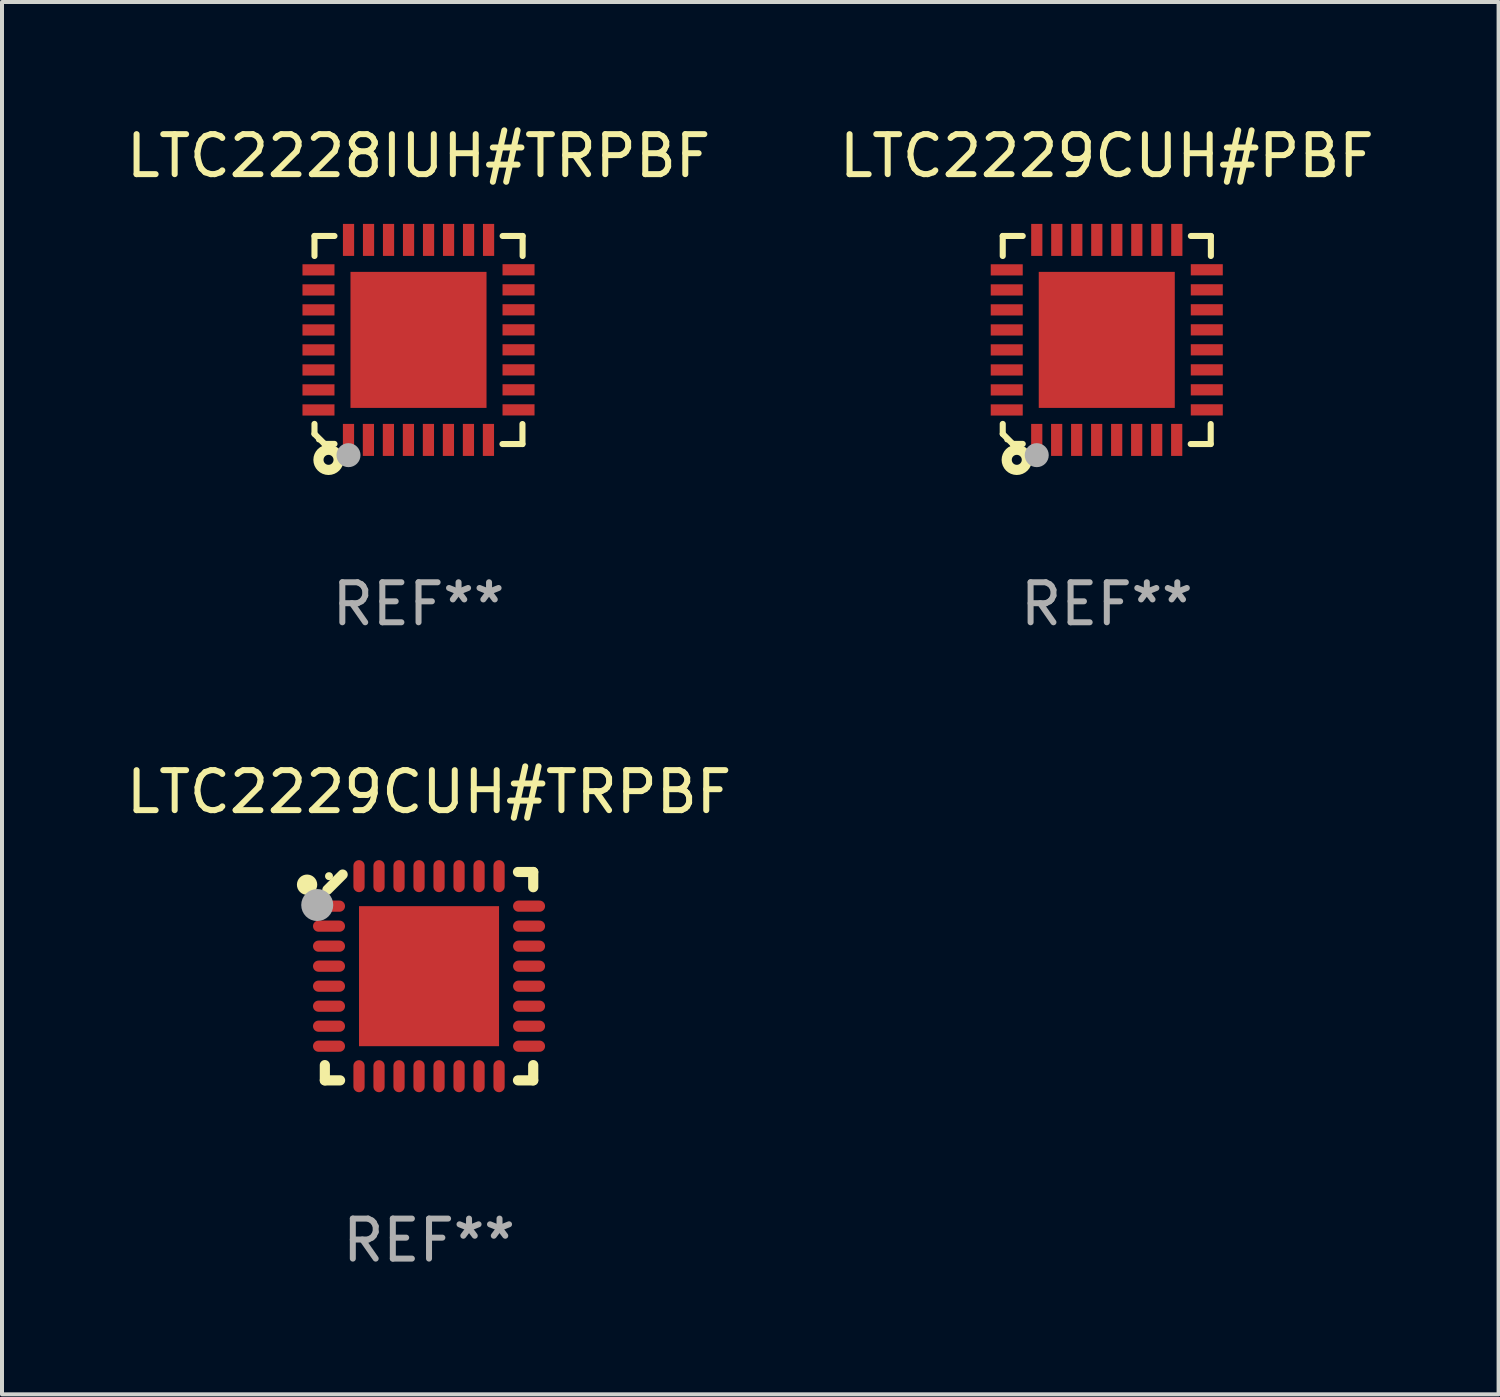
<source format=kicad_pcb>
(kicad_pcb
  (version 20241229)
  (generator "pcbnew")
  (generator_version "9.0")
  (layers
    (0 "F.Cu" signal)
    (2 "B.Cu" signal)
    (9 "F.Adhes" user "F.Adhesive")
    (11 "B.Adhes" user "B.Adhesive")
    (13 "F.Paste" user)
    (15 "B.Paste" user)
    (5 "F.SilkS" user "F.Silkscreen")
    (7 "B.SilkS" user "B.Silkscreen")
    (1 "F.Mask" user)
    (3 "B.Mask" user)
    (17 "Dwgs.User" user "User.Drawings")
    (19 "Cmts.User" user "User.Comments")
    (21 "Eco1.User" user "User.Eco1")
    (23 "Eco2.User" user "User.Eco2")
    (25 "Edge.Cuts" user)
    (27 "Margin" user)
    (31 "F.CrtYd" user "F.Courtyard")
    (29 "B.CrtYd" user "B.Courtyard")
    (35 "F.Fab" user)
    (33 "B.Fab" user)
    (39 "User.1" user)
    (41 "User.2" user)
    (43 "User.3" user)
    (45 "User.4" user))
  (footprint "LTC2229CUH#TRPBF"
    (layer "F.Cu")
    (at 7.673 21.348)
    (property "Reference" "LTC2229CUH#TRPBF" (at 0 -4.604 0) (layer "F.SilkS") (effects (font (size 1 1) (thickness 0.15))))
    (attr through_hole)
    (fp_line (start -2.604 2.223) (end -2.604 2.604) (stroke (width 0.254) (type solid)) (layer "F.SilkS"))
    (fp_line (start -2.604 2.604) (end -2.223 2.604) (stroke (width 0.254) (type solid)) (layer "F.SilkS"))
    (fp_line (start -2.159 -2.54) (end -2.54 -2.159) (stroke (width 0.254) (type solid)) (layer "F.SilkS"))
    (fp_line (start 2.223 2.604) (end 2.604 2.604) (stroke (width 0.254) (type solid)) (layer "F.SilkS"))
    (fp_line (start 2.604 -2.604) (end 2.223 -2.604) (stroke (width 0.254) (type solid)) (layer "F.SilkS"))
    (fp_line (start 2.604 -2.223) (end 2.604 -2.604) (stroke (width 0.254) (type solid)) (layer "F.SilkS"))
    (fp_line (start 2.604 2.604) (end 2.604 2.223) (stroke (width 0.254) (type solid)) (layer "F.SilkS"))
    (fp_circle (center -3.048 -2.286) (end -2.921 -2.286) (stroke (width 0.254) (type solid)) (fill no) (layer "F.SilkS"))
    (fp_circle (center -2.5 -2.5) (end -2.45 -2.5) (stroke (width 0.1) (type solid)) (fill no) (layer "F.SilkS"))
    (fp_circle (center -2.794 -1.778) (end -2.594 -1.778) (stroke (width 0.4) (type solid)) (fill no) (layer "F.Fab"))
    (fp_text user "REF**" (at 0 6.604 0) (layer "F.Fab") (effects (font (size 1 1) (thickness 0.15))))
    (pad "1" smd oval (at -2.5 -1.75) (size 0.8 0.28) (layers "F.Cu" "F.Mask" "F.Paste"))
    (pad "2" smd oval (at -2.5 -1.25) (size 0.8 0.28) (layers "F.Cu" "F.Mask" "F.Paste"))
    (pad "3" smd oval (at -2.5 -0.75) (size 0.8 0.28) (layers "F.Cu" "F.Mask" "F.Paste"))
    (pad "4" smd oval (at -2.5 -0.25) (size 0.8 0.28) (layers "F.Cu" "F.Mask" "F.Paste"))
    (pad "5" smd oval (at -2.5 0.25) (size 0.8 0.28) (layers "F.Cu" "F.Mask" "F.Paste"))
    (pad "6" smd oval (at -2.5 0.75) (size 0.8 0.28) (layers "F.Cu" "F.Mask" "F.Paste"))
    (pad "7" smd oval (at -2.5 1.25) (size 0.8 0.28) (layers "F.Cu" "F.Mask" "F.Paste"))
    (pad "8" smd oval (at -2.5 1.75) (size 0.8 0.28) (layers "F.Cu" "F.Mask" "F.Paste"))
    (pad "9" smd oval (at -1.75 2.5) (size 0.28 0.8) (layers "F.Cu" "F.Mask" "F.Paste"))
    (pad "10" smd oval (at -1.25 2.5) (size 0.28 0.8) (layers "F.Cu" "F.Mask" "F.Paste"))
    (pad "11" smd oval (at -0.75 2.5) (size 0.28 0.8) (layers "F.Cu" "F.Mask" "F.Paste"))
    (pad "12" smd oval (at -0.25 2.5) (size 0.28 0.8) (layers "F.Cu" "F.Mask" "F.Paste"))
    (pad "13" smd oval (at 0.25 2.5) (size 0.28 0.8) (layers "F.Cu" "F.Mask" "F.Paste"))
    (pad "14" smd oval (at 0.75 2.5) (size 0.28 0.8) (layers "F.Cu" "F.Mask" "F.Paste"))
    (pad "15" smd oval (at 1.25 2.5) (size 0.28 0.8) (layers "F.Cu" "F.Mask" "F.Paste"))
    (pad "16" smd oval (at 1.75 2.5) (size 0.28 0.8) (layers "F.Cu" "F.Mask" "F.Paste"))
    (pad "17" smd oval (at 2.5 1.75) (size 0.8 0.28) (layers "F.Cu" "F.Mask" "F.Paste"))
    (pad "18" smd oval (at 2.5 1.25) (size 0.8 0.28) (layers "F.Cu" "F.Mask" "F.Paste"))
    (pad "19" smd oval (at 2.5 0.75) (size 0.8 0.28) (layers "F.Cu" "F.Mask" "F.Paste"))
    (pad "20" smd oval (at 2.5 0.25) (size 0.8 0.28) (layers "F.Cu" "F.Mask" "F.Paste"))
    (pad "21" smd oval (at 2.5 -0.25) (size 0.8 0.28) (layers "F.Cu" "F.Mask" "F.Paste"))
    (pad "22" smd oval (at 2.5 -0.75) (size 0.8 0.28) (layers "F.Cu" "F.Mask" "F.Paste"))
    (pad "23" smd oval (at 2.5 -1.25) (size 0.8 0.28) (layers "F.Cu" "F.Mask" "F.Paste"))
    (pad "24" smd oval (at 2.5 -1.75) (size 0.8 0.28) (layers "F.Cu" "F.Mask" "F.Paste"))
    (pad "25" smd oval (at 1.75 -2.5) (size 0.28 0.8) (layers "F.Cu" "F.Mask" "F.Paste"))
    (pad "26" smd oval (at 1.25 -2.5) (size 0.28 0.8) (layers "F.Cu" "F.Mask" "F.Paste"))
    (pad "27" smd oval (at 0.75 -2.5) (size 0.28 0.8) (layers "F.Cu" "F.Mask" "F.Paste"))
    (pad "28" smd oval (at 0.25 -2.5) (size 0.28 0.8) (layers "F.Cu" "F.Mask" "F.Paste"))
    (pad "29" smd oval (at -0.25 -2.5) (size 0.28 0.8) (layers "F.Cu" "F.Mask" "F.Paste"))
    (pad "30" smd oval (at -0.75 -2.5) (size 0.28 0.8) (layers "F.Cu" "F.Mask" "F.Paste"))
    (pad "31" smd oval (at -1.25 -2.5) (size 0.28 0.8) (layers "F.Cu" "F.Mask" "F.Paste"))
    (pad "32" smd oval (at -1.75 -2.5) (size 0.28 0.8) (layers "F.Cu" "F.Mask" "F.Paste"))
    (pad "33" smd rect (at 0.000076 0.000076) (size 3.5 3.5) (layers "F.Cu" "F.Mask" "F.Paste")))
  (footprint "LTC2228IUH#TRPBF"
    (layer "F.Cu")
    (at 7.411 5.448)
    (property "Reference" "LTC2228IUH#TRPBF" (at 0 -4.6 0) (layer "F.SilkS") (effects (font (size 1 1) (thickness 0.15))))
    (attr through_hole)
    (fp_line (start -2.601 2.097) (end -2.601 2.347) (stroke (width 0.152) (type solid)) (layer "F.SilkS"))
    (fp_line (start -2.601 2.347) (end -2.351 2.597) (stroke (width 0.152) (type solid)) (layer "F.SilkS"))
    (fp_line (start -2.601 -2.6) (end -2.601 -2.1) (stroke (width 0.152) (type solid)) (layer "F.SilkS"))
    (fp_line (start -2.601 -2.6) (end -2.101 -2.6) (stroke (width 0.152) (type solid)) (layer "F.SilkS"))
    (fp_line (start -2.351 2.597) (end -2.101 2.597) (stroke (width 0.152) (type solid)) (layer "F.SilkS"))
    (fp_line (start 2.597 2.6) (end 2.097 2.6) (stroke (width 0.152) (type solid)) (layer "F.SilkS"))
    (fp_line (start 2.597 2.6) (end 2.597 2.1) (stroke (width 0.152) (type solid)) (layer "F.SilkS"))
    (fp_line (start 2.601 -2.6) (end 2.101 -2.6) (stroke (width 0.152) (type solid)) (layer "F.SilkS"))
    (fp_line (start 2.601 -2.6) (end 2.601 -2.1) (stroke (width 0.152) (type solid)) (layer "F.SilkS"))
    (fp_circle (center -2.501 2.497) (end -2.471 2.497) (stroke (width 0.06) (type solid)) (fill no) (layer "F.SilkS"))
    (fp_circle (center -2.25 2.995) (end -2.125 2.995) (stroke (width 0.254) (type solid)) (fill no) (layer "F.SilkS"))
    (fp_circle (center -1.751 2.878) (end -1.601 2.878) (stroke (width 0.3) (type solid)) (fill no) (layer "F.Fab"))
    (fp_text user "REF**" (at 0 6.6 0) (layer "F.Fab") (effects (font (size 1 1) (thickness 0.15))))
    (pad "1" smd rect (at -1.751 2.497) (size 0.28 0.8) (layers "F.Cu" "F.Mask" "F.Paste"))
    (pad "2" smd rect (at -1.253 2.497) (size 0.28 0.8) (layers "F.Cu" "F.Mask" "F.Paste"))
    (pad "3" smd rect (at -0.753 2.497) (size 0.28 0.8) (layers "F.Cu" "F.Mask" "F.Paste"))
    (pad "4" smd rect (at -0.253 2.497) (size 0.28 0.8) (layers "F.Cu" "F.Mask" "F.Paste"))
    (pad "5" smd rect (at 0.247 2.497) (size 0.28 0.8) (layers "F.Cu" "F.Mask" "F.Paste"))
    (pad "6" smd rect (at 0.747 2.497) (size 0.28 0.8) (layers "F.Cu" "F.Mask" "F.Paste"))
    (pad "7" smd rect (at 1.247 2.497) (size 0.28 0.8) (layers "F.Cu" "F.Mask" "F.Paste"))
    (pad "8" smd rect (at 1.747 2.497) (size 0.28 0.8) (layers "F.Cu" "F.Mask" "F.Paste"))
    (pad "9" smd rect (at 2.499 1.746) (size 0.8 0.28) (layers "F.Cu" "F.Mask" "F.Paste"))
    (pad "10" smd rect (at 2.499 1.245) (size 0.8 0.28) (layers "F.Cu" "F.Mask" "F.Paste"))
    (pad "11" smd rect (at 2.499 0.746) (size 0.8 0.28) (layers "F.Cu" "F.Mask" "F.Paste"))
    (pad "12" smd rect (at 2.499 0.245) (size 0.8 0.28) (layers "F.Cu" "F.Mask" "F.Paste"))
    (pad "13" smd rect (at 2.499 -0.254) (size 0.8 0.28) (layers "F.Cu" "F.Mask" "F.Paste"))
    (pad "14" smd rect (at 2.499 -0.755) (size 0.8 0.28) (layers "F.Cu" "F.Mask" "F.Paste"))
    (pad "15" smd rect (at 2.499 -1.254) (size 0.8 0.28) (layers "F.Cu" "F.Mask" "F.Paste"))
    (pad "16" smd rect (at 2.499 -1.755) (size 0.8 0.28) (layers "F.Cu" "F.Mask" "F.Paste"))
    (pad "17" smd rect (at 1.75 -2.502) (size 0.28 0.8) (layers "F.Cu" "F.Mask" "F.Paste"))
    (pad "18" smd rect (at 1.25 -2.502) (size 0.28 0.8) (layers "F.Cu" "F.Mask" "F.Paste"))
    (pad "19" smd rect (at 0.75 -2.502) (size 0.28 0.8) (layers "F.Cu" "F.Mask" "F.Paste"))
    (pad "20" smd rect (at 0.25 -2.502) (size 0.28 0.8) (layers "F.Cu" "F.Mask" "F.Paste"))
    (pad "21" smd rect (at -0.25 -2.502) (size 0.28 0.8) (layers "F.Cu" "F.Mask" "F.Paste"))
    (pad "22" smd rect (at -0.75 -2.502) (size 0.28 0.8) (layers "F.Cu" "F.Mask" "F.Paste"))
    (pad "23" smd rect (at -1.25 -2.502) (size 0.28 0.8) (layers "F.Cu" "F.Mask" "F.Paste"))
    (pad "24" smd rect (at -1.75 -2.502) (size 0.28 0.8) (layers "F.Cu" "F.Mask" "F.Paste"))
    (pad "25" smd rect (at -2.501 -1.753) (size 0.8 0.28) (layers "F.Cu" "F.Mask" "F.Paste"))
    (pad "26" smd rect (at -2.501 -1.252) (size 0.8 0.28) (layers "F.Cu" "F.Mask" "F.Paste"))
    (pad "27" smd rect (at -2.501 -0.753) (size 0.8 0.28) (layers "F.Cu" "F.Mask" "F.Paste"))
    (pad "28" smd rect (at -2.501 -0.252) (size 0.8 0.28) (layers "F.Cu" "F.Mask" "F.Paste"))
    (pad "29" smd rect (at -2.501 0.247) (size 0.8 0.28) (layers "F.Cu" "F.Mask" "F.Paste"))
    (pad "30" smd rect (at -2.501 0.748) (size 0.8 0.28) (layers "F.Cu" "F.Mask" "F.Paste"))
    (pad "31" smd rect (at -2.501 1.247) (size 0.8 0.28) (layers "F.Cu" "F.Mask" "F.Paste"))
    (pad "32" smd rect (at -2.501 1.748) (size 0.8 0.28) (layers "F.Cu" "F.Mask" "F.Paste"))
    (pad "33" smd rect (at -0.001 -0.003 180) (size 3.4 3.4) (layers "F.Cu" "F.Mask" "F.Paste")))
  (footprint "LTC2229CUH#PBF"
    (layer "F.Cu")
    (at 24.613 5.448)
    (property "Reference" "LTC2229CUH#PBF" (at 0 -4.6 0) (layer "F.SilkS") (effects (font (size 1 1) (thickness 0.15))))
    (attr through_hole)
    (fp_line (start -2.601 2.097) (end -2.601 2.347) (stroke (width 0.152) (type solid)) (layer "F.SilkS"))
    (fp_line (start -2.601 2.347) (end -2.351 2.597) (stroke (width 0.152) (type solid)) (layer "F.SilkS"))
    (fp_line (start -2.601 -2.6) (end -2.601 -2.1) (stroke (width 0.152) (type solid)) (layer "F.SilkS"))
    (fp_line (start -2.601 -2.6) (end -2.101 -2.6) (stroke (width 0.152) (type solid)) (layer "F.SilkS"))
    (fp_line (start -2.351 2.597) (end -2.101 2.597) (stroke (width 0.152) (type solid)) (layer "F.SilkS"))
    (fp_line (start 2.597 2.6) (end 2.097 2.6) (stroke (width 0.152) (type solid)) (layer "F.SilkS"))
    (fp_line (start 2.597 2.6) (end 2.597 2.1) (stroke (width 0.152) (type solid)) (layer "F.SilkS"))
    (fp_line (start 2.601 -2.6) (end 2.101 -2.6) (stroke (width 0.152) (type solid)) (layer "F.SilkS"))
    (fp_line (start 2.601 -2.6) (end 2.601 -2.1) (stroke (width 0.152) (type solid)) (layer "F.SilkS"))
    (fp_circle (center -2.501 2.497) (end -2.471 2.497) (stroke (width 0.06) (type solid)) (fill no) (layer "F.SilkS"))
    (fp_circle (center -2.25 2.995) (end -2.125 2.995) (stroke (width 0.254) (type solid)) (fill no) (layer "F.SilkS"))
    (fp_circle (center -1.751 2.878) (end -1.601 2.878) (stroke (width 0.3) (type solid)) (fill no) (layer "F.Fab"))
    (fp_text user "REF**" (at 0 6.6 0) (layer "F.Fab") (effects (font (size 1 1) (thickness 0.15))))
    (pad "1" smd rect (at -1.751 2.497) (size 0.28 0.8) (layers "F.Cu" "F.Mask" "F.Paste"))
    (pad "2" smd rect (at -1.253 2.497) (size 0.28 0.8) (layers "F.Cu" "F.Mask" "F.Paste"))
    (pad "3" smd rect (at -0.753 2.497) (size 0.28 0.8) (layers "F.Cu" "F.Mask" "F.Paste"))
    (pad "4" smd rect (at -0.253 2.497) (size 0.28 0.8) (layers "F.Cu" "F.Mask" "F.Paste"))
    (pad "5" smd rect (at 0.247 2.497) (size 0.28 0.8) (layers "F.Cu" "F.Mask" "F.Paste"))
    (pad "6" smd rect (at 0.747 2.497) (size 0.28 0.8) (layers "F.Cu" "F.Mask" "F.Paste"))
    (pad "7" smd rect (at 1.247 2.497) (size 0.28 0.8) (layers "F.Cu" "F.Mask" "F.Paste"))
    (pad "8" smd rect (at 1.747 2.497) (size 0.28 0.8) (layers "F.Cu" "F.Mask" "F.Paste"))
    (pad "9" smd rect (at 2.499 1.746) (size 0.8 0.28) (layers "F.Cu" "F.Mask" "F.Paste"))
    (pad "10" smd rect (at 2.499 1.245) (size 0.8 0.28) (layers "F.Cu" "F.Mask" "F.Paste"))
    (pad "11" smd rect (at 2.499 0.746) (size 0.8 0.28) (layers "F.Cu" "F.Mask" "F.Paste"))
    (pad "12" smd rect (at 2.499 0.245) (size 0.8 0.28) (layers "F.Cu" "F.Mask" "F.Paste"))
    (pad "13" smd rect (at 2.499 -0.254) (size 0.8 0.28) (layers "F.Cu" "F.Mask" "F.Paste"))
    (pad "14" smd rect (at 2.499 -0.755) (size 0.8 0.28) (layers "F.Cu" "F.Mask" "F.Paste"))
    (pad "15" smd rect (at 2.499 -1.254) (size 0.8 0.28) (layers "F.Cu" "F.Mask" "F.Paste"))
    (pad "16" smd rect (at 2.499 -1.755) (size 0.8 0.28) (layers "F.Cu" "F.Mask" "F.Paste"))
    (pad "17" smd rect (at 1.75 -2.502) (size 0.28 0.8) (layers "F.Cu" "F.Mask" "F.Paste"))
    (pad "18" smd rect (at 1.25 -2.502) (size 0.28 0.8) (layers "F.Cu" "F.Mask" "F.Paste"))
    (pad "19" smd rect (at 0.75 -2.502) (size 0.28 0.8) (layers "F.Cu" "F.Mask" "F.Paste"))
    (pad "20" smd rect (at 0.25 -2.502) (size 0.28 0.8) (layers "F.Cu" "F.Mask" "F.Paste"))
    (pad "21" smd rect (at -0.25 -2.502) (size 0.28 0.8) (layers "F.Cu" "F.Mask" "F.Paste"))
    (pad "22" smd rect (at -0.75 -2.502) (size 0.28 0.8) (layers "F.Cu" "F.Mask" "F.Paste"))
    (pad "23" smd rect (at -1.25 -2.502) (size 0.28 0.8) (layers "F.Cu" "F.Mask" "F.Paste"))
    (pad "24" smd rect (at -1.75 -2.502) (size 0.28 0.8) (layers "F.Cu" "F.Mask" "F.Paste"))
    (pad "25" smd rect (at -2.501 -1.753) (size 0.8 0.28) (layers "F.Cu" "F.Mask" "F.Paste"))
    (pad "26" smd rect (at -2.501 -1.252) (size 0.8 0.28) (layers "F.Cu" "F.Mask" "F.Paste"))
    (pad "27" smd rect (at -2.501 -0.753) (size 0.8 0.28) (layers "F.Cu" "F.Mask" "F.Paste"))
    (pad "28" smd rect (at -2.501 -0.252) (size 0.8 0.28) (layers "F.Cu" "F.Mask" "F.Paste"))
    (pad "29" smd rect (at -2.501 0.247) (size 0.8 0.28) (layers "F.Cu" "F.Mask" "F.Paste"))
    (pad "30" smd rect (at -2.501 0.748) (size 0.8 0.28) (layers "F.Cu" "F.Mask" "F.Paste"))
    (pad "31" smd rect (at -2.501 1.247) (size 0.8 0.28) (layers "F.Cu" "F.Mask" "F.Paste"))
    (pad "32" smd rect (at -2.501 1.748) (size 0.8 0.28) (layers "F.Cu" "F.Mask" "F.Paste"))
    (pad "33" smd rect (at -0.001 -0.003 180) (size 3.4 3.4) (layers "F.Cu" "F.Mask" "F.Paste")))
  (gr_rect
    (start -3 -3)
    (end 34.405 31.8)
    (stroke (width 0.1) (type default))
    (fill no)
    (layer "Edge.Cuts")))
</source>
